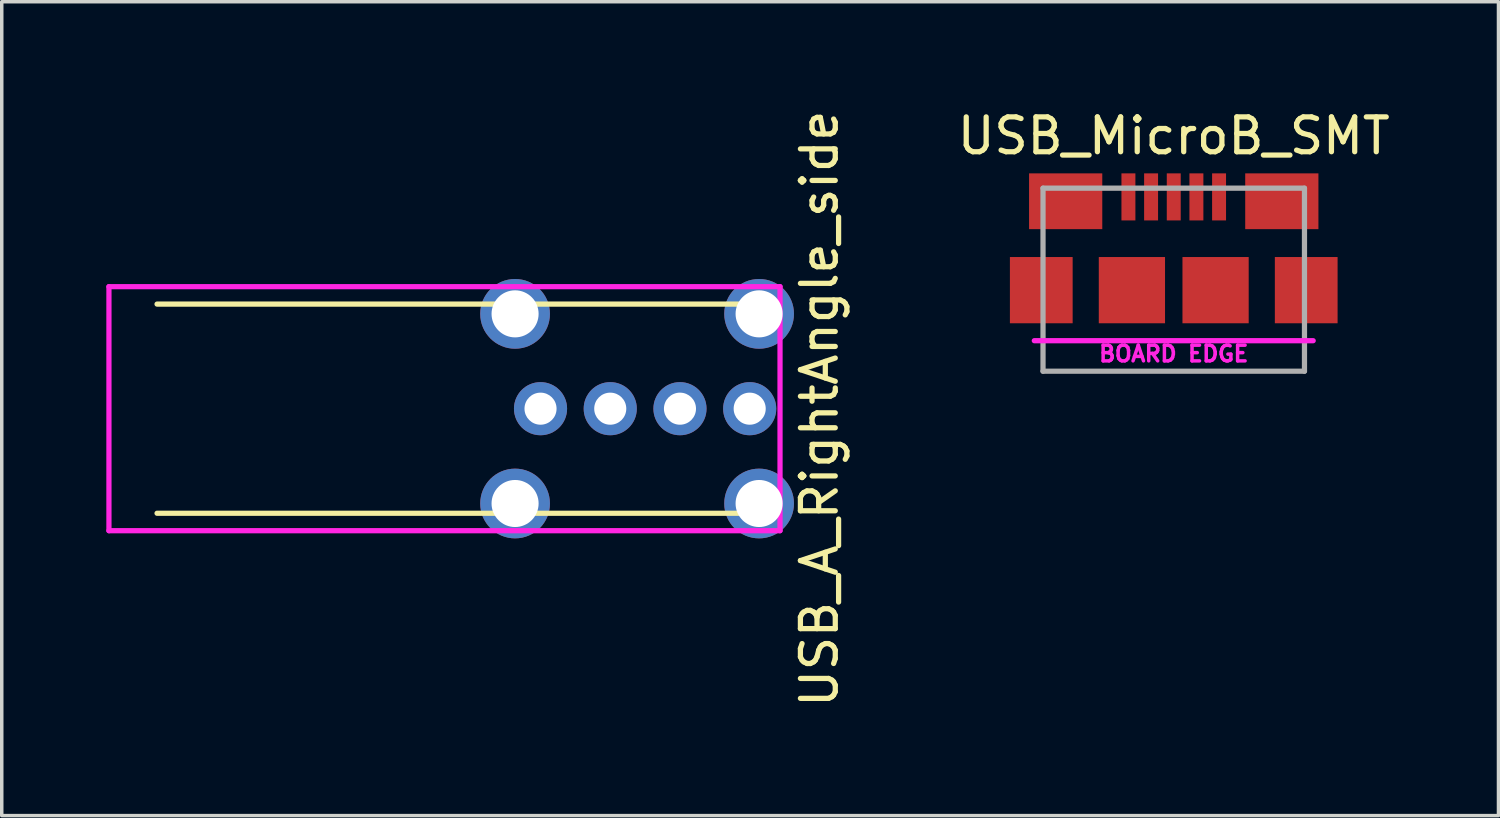
<source format=kicad_pcb>
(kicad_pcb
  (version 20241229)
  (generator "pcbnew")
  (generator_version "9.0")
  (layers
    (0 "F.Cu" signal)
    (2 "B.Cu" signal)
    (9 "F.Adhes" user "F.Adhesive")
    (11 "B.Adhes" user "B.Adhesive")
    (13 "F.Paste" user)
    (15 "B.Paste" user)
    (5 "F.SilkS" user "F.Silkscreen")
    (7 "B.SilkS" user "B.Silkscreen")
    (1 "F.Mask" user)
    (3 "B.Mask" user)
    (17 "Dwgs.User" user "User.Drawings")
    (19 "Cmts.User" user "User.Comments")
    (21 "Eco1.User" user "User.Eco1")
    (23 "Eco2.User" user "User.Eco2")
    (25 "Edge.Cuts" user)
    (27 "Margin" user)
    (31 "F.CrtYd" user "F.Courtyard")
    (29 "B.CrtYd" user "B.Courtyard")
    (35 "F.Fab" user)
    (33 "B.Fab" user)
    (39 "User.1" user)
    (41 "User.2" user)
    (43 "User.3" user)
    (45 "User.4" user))
  (footprint "USB_MicroB_SMT"
    (layer "F.Cu")
    (at 30.619 2.598)
    (property "Reference" "USB_MicroB_SMT" (at 0 -1.75 0) (layer "F.SilkS") (effects (font (size 1 1) (thickness 0.15))))
    (attr through_hole)
    (fp_line (start -4 4.125) (end 4 4.125) (stroke (width 0.15) (type solid)) (layer "F.CrtYd"))
    (fp_line (start -3.75 -0.25) (end 3.75 -0.25) (stroke (width 0.15) (type solid)) (layer "F.Fab"))
    (fp_line (start -3.75 5) (end -3.75 -0.25) (stroke (width 0.15) (type solid)) (layer "F.Fab"))
    (fp_line (start 3.75 -0.25) (end 3.75 5) (stroke (width 0.15) (type solid)) (layer "F.Fab"))
    (fp_line (start 3.75 5) (end -3.75 5) (stroke (width 0.15) (type solid)) (layer "F.Fab"))
    (fp_text user "BOARD EDGE" (at 0 4.5 0) (layer "F.CrtYd") (effects (font (size 0.45 0.45) (thickness 0.1))))
    (pad "1" smd rect (at -1.3 0) (size 0.4 1.35) (layers "F.Cu" "F.Mask" "F.Paste"))
    (pad "2" smd rect (at -0.65 0) (size 0.4 1.35) (layers "F.Cu" "F.Mask" "F.Paste"))
    (pad "3" smd rect (at 0 0) (size 0.4 1.35) (layers "F.Cu" "F.Mask" "F.Paste"))
    (pad "4" smd rect (at 0.65 0) (size 0.4 1.35) (layers "F.Cu" "F.Mask" "F.Paste"))
    (pad "5" smd rect (at 1.3 0) (size 0.4 1.35) (layers "F.Cu" "F.Mask" "F.Paste"))
    (pad "6" smd rect (at -3.8 2.675) (size 1.8 1.9) (layers "F.Cu" "F.Mask" "F.Paste"))
    (pad "6" smd rect (at -3.1 0.125) (size 2.1 1.6) (layers "F.Cu" "F.Mask" "F.Paste"))
    (pad "6" smd rect (at -1.2 2.675) (size 1.9 1.9) (layers "F.Cu" "F.Mask" "F.Paste"))
    (pad "6" smd rect (at 1.2 2.675) (size 1.9 1.9) (layers "F.Cu" "F.Mask" "F.Paste"))
    (pad "6" smd rect (at 3.1 0.125) (size 2.1 1.6) (layers "F.Cu" "F.Mask" "F.Paste"))
    (pad "6" smd rect (at 3.8 2.675) (size 1.8 1.9) (layers "F.Cu" "F.Mask" "F.Paste")))
  (footprint "USB_A_RightAngle_side"
    (layer "F.Cu")
    (at 12.455 8.673)
    (property "Reference" "USB_A_RightAngle_side" (at 8 0 90) (layer "F.SilkS") (effects (font (size 1 1) (thickness 0.15))))
    (attr through_hole)
    (fp_line (start -11 -3) (end 6 -3) (stroke (width 0.15) (type solid)) (layer "F.SilkS"))
    (fp_line (start -11 3) (end 6 3) (stroke (width 0.15) (type solid)) (layer "F.SilkS"))
    (fp_line (start -12.38 -3.5) (end 6.87 -3.5) (stroke (width 0.15) (type solid)) (layer "F.CrtYd"))
    (fp_line (start -12.38 3.5) (end -12.38 -3.5) (stroke (width 0.15) (type solid)) (layer "F.CrtYd"))
    (fp_line (start 6.87 -3.5) (end 6.87 3.5) (stroke (width 0.15) (type solid)) (layer "F.CrtYd"))
    (fp_line (start 6.87 3.5) (end -12.38 3.5) (stroke (width 0.15) (type solid)) (layer "F.CrtYd"))
    (pad "1" thru_hole circle (at 0 0) (size 1.524 1.524) (drill 0.92) (layers "*.Cu" "*.Mask"))
    (pad "2" thru_hole circle (at 2 0) (size 1.524 1.524) (drill 0.92) (layers "*.Cu" "*.Mask"))
    (pad "3" thru_hole circle (at 4 0) (size 1.524 1.524) (drill 0.92) (layers "*.Cu" "*.Mask"))
    (pad "4" thru_hole circle (at 6 0) (size 1.524 1.524) (drill 0.92) (layers "*.Cu" "*.Mask"))
    (pad "5" thru_hole circle (at -0.73 -2.72) (size 2 2) (drill 1.35) (layers "*.Cu" "*.Mask"))
    (pad "5" thru_hole circle (at -0.73 2.72) (size 2 2) (drill 1.35) (layers "*.Cu" "*.Mask"))
    (pad "5" thru_hole circle (at 6.27 -2.72) (size 2 2) (drill 1.35) (layers "*.Cu" "*.Mask"))
    (pad "5" thru_hole circle (at 6.27 2.72) (size 2 2) (drill 1.35) (layers "*.Cu" "*.Mask")))
  (gr_rect
    (start -3 -3)
    (end 39.934 20.345)
    (stroke (width 0.1) (type default))
    (fill no)
    (layer "Edge.Cuts")))
</source>
